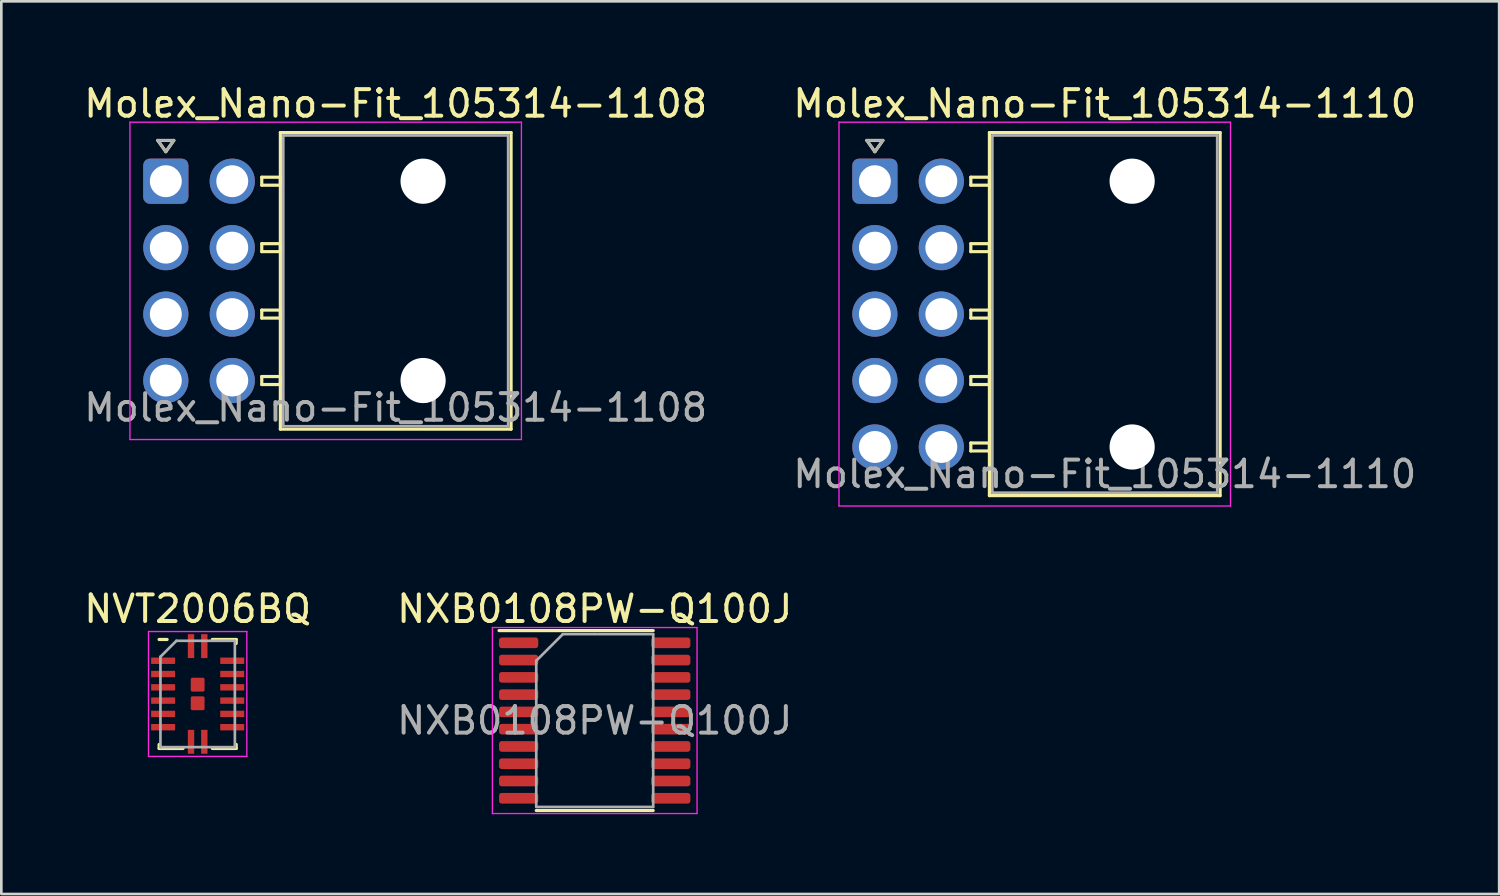
<source format=kicad_pcb>
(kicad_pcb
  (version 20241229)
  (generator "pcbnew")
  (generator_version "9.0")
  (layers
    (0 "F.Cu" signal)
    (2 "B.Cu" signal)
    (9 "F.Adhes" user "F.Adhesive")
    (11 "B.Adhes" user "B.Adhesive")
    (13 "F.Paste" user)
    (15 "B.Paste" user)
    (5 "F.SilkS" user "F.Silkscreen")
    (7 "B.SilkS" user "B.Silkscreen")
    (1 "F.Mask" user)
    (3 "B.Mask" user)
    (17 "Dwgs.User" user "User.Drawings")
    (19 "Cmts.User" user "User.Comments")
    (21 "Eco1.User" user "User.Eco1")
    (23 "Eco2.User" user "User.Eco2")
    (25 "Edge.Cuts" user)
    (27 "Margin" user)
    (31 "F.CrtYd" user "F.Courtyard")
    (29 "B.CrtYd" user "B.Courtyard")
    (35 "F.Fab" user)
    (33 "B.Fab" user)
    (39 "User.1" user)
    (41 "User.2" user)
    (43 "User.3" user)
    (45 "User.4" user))
  (footprint "NVT2006BQ"
    (layer "F.Cu")
    (at 4.387 23.061)
    (property "Reference" "NVT2006BQ" (at 0 -3.2 180) (layer "F.SilkS") (effects (font (size 1 1) (thickness 0.15))))
    (attr through_hole)
    (fp_rect (start -0.2 -0.55) (end 0.2 -0.15) (stroke (width 0.12) (type solid)) (fill yes) (layer "F.Cu"))
    (fp_rect (start -0.2 0.15) (end 0.2 0.55) (stroke (width 0.12) (type solid)) (fill yes) (layer "F.Cu"))
    (fp_rect (start -0.45 -0.95) (end 0.45 0.95) (stroke (width 0.12) (type solid)) (fill yes) (layer "F.Mask"))
    (fp_line (start -1.45 -2.05) (end -1.15 -2.05) (stroke (width 0.12) (type solid)) (layer "F.SilkS"))
    (fp_line (start -1.45 2.05) (end -1.45 1.9) (stroke (width 0.12) (type solid)) (layer "F.SilkS"))
    (fp_line (start -1.45 2.05) (end -0.55 2.05) (stroke (width 0.12) (type solid)) (layer "F.SilkS"))
    (fp_line (start 0.55 -2.05) (end 1.45 -2.05) (stroke (width 0.12) (type solid)) (layer "F.SilkS"))
    (fp_line (start 0.55 2.05) (end 1.45 2.05) (stroke (width 0.12) (type solid)) (layer "F.SilkS"))
    (fp_line (start 1.45 -1.9) (end 1.45 -2.05) (stroke (width 0.12) (type solid)) (layer "F.SilkS"))
    (fp_line (start 1.45 2.05) (end 1.45 1.9) (stroke (width 0.12) (type solid)) (layer "F.SilkS"))
    (fp_line (start -1.85 -2.35) (end 1.85 -2.35) (stroke (width 0.05) (type solid)) (layer "F.CrtYd"))
    (fp_line (start -1.85 2.35) (end -1.85 -2.35) (stroke (width 0.05) (type solid)) (layer "F.CrtYd"))
    (fp_line (start -1.85 2.35) (end 1.85 2.35) (stroke (width 0.05) (type solid)) (layer "F.CrtYd"))
    (fp_line (start 1.85 2.35) (end 1.85 -2.35) (stroke (width 0.05) (type solid)) (layer "F.CrtYd"))
    (fp_line (start -1.4 -1.4) (end -1.4 2) (stroke (width 0.1) (type solid)) (layer "F.Fab"))
    (fp_line (start -1.4 -1.4) (end -0.8 -2) (stroke (width 0.1) (type solid)) (layer "F.Fab"))
    (fp_line (start -0.8 -2) (end 1.4 -2) (stroke (width 0.1) (type solid)) (layer "F.Fab"))
    (fp_line (start 1.4 2) (end -1.4 2) (stroke (width 0.1) (type solid)) (layer "F.Fab"))
    (fp_line (start 1.4 2) (end 1.4 -2) (stroke (width 0.1) (type solid)) (layer "F.Fab"))
    (pad "1" smd rect (at -0.25 -1.8) (size 0.24 0.9) (layers "F.Cu" "F.Mask" "F.Paste"))
    (pad "2" smd rect (at -1.3 -1.25) (size 0.9 0.24) (layers "F.Cu" "F.Mask" "F.Paste"))
    (pad "3" smd rect (at -1.3 -0.75) (size 0.9 0.24) (layers "F.Cu" "F.Mask" "F.Paste"))
    (pad "4" smd rect (at -1.3 -0.25) (size 0.9 0.24) (layers "F.Cu" "F.Mask" "F.Paste"))
    (pad "5" smd rect (at -1.3 0.25) (size 0.9 0.24) (layers "F.Cu" "F.Mask" "F.Paste"))
    (pad "6" smd rect (at -1.3 0.75) (size 0.9 0.24) (layers "F.Cu" "F.Mask" "F.Paste"))
    (pad "7" smd rect (at -1.3 1.25) (size 0.9 0.24) (layers "F.Cu" "F.Mask" "F.Paste"))
    (pad "8" smd rect (at -0.25 1.8) (size 0.24 0.9) (layers "F.Cu" "F.Mask" "F.Paste"))
    (pad "9" smd rect (at 0.25 1.8) (size 0.24 0.9) (layers "F.Cu" "F.Mask" "F.Paste"))
    (pad "10" smd rect (at 1.3 1.25) (size 0.9 0.24) (layers "F.Cu" "F.Mask" "F.Paste"))
    (pad "11" smd rect (at 1.3 0.75) (size 0.9 0.24) (layers "F.Cu" "F.Mask" "F.Paste"))
    (pad "12" smd rect (at 1.3 0.25) (size 0.9 0.24) (layers "F.Cu" "F.Mask" "F.Paste"))
    (pad "13" smd rect (at 1.3 -0.25) (size 0.9 0.24) (layers "F.Cu" "F.Mask" "F.Paste"))
    (pad "14" smd rect (at 1.3 -0.75) (size 0.9 0.24) (layers "F.Cu" "F.Mask" "F.Paste"))
    (pad "15" smd rect (at 1.3 -1.25) (size 0.9 0.24) (layers "F.Cu" "F.Mask" "F.Paste"))
    (pad "16" smd rect (at 0.25 -1.8) (size 0.24 0.9) (layers "F.Cu" "F.Mask" "F.Paste")))
  (footprint "Molex_Nano-Fit_105314-1110"
    (layer "F.Cu")
    (at 29.868 3.768)
    (property "Reference" "Molex_Nano-Fit_105314-1110" (at 8.65 -2.92 0) (layer "F.SilkS") (effects (font (size 1 1) (thickness 0.15))))
    (attr through_hole)
    (fp_line (start -0.3 -1.534) (end 0 -1.11) (stroke (width 0.12) (type solid)) (layer "F.SilkS"))
    (fp_line (start 0 -1.11) (end 0.3 -1.534) (stroke (width 0.12) (type solid)) (layer "F.SilkS"))
    (fp_line (start 0.3 -1.534) (end -0.3 -1.534) (stroke (width 0.12) (type solid)) (layer "F.SilkS"))
    (fp_line (start 3.61 -0.15) (end 3.61 0.15) (stroke (width 0.12) (type solid)) (layer "F.SilkS"))
    (fp_line (start 3.61 0.15) (end 4.31 0.15) (stroke (width 0.12) (type solid)) (layer "F.SilkS"))
    (fp_line (start 3.61 2.35) (end 3.61 2.65) (stroke (width 0.12) (type solid)) (layer "F.SilkS"))
    (fp_line (start 3.61 2.65) (end 4.31 2.65) (stroke (width 0.12) (type solid)) (layer "F.SilkS"))
    (fp_line (start 3.61 4.85) (end 3.61 5.15) (stroke (width 0.12) (type solid)) (layer "F.SilkS"))
    (fp_line (start 3.61 5.15) (end 4.31 5.15) (stroke (width 0.12) (type solid)) (layer "F.SilkS"))
    (fp_line (start 3.61 7.35) (end 3.61 7.65) (stroke (width 0.12) (type solid)) (layer "F.SilkS"))
    (fp_line (start 3.61 7.65) (end 4.31 7.65) (stroke (width 0.12) (type solid)) (layer "F.SilkS"))
    (fp_line (start 3.61 9.85) (end 3.61 10.15) (stroke (width 0.12) (type solid)) (layer "F.SilkS"))
    (fp_line (start 3.61 10.15) (end 4.31 10.15) (stroke (width 0.12) (type solid)) (layer "F.SilkS"))
    (fp_line (start 4.31 -1.83) (end 4.31 11.83) (stroke (width 0.12) (type solid)) (layer "F.SilkS"))
    (fp_line (start 4.31 -0.15) (end 3.61 -0.15) (stroke (width 0.12) (type solid)) (layer "F.SilkS"))
    (fp_line (start 4.31 0.15) (end 4.31 -0.15) (stroke (width 0.12) (type solid)) (layer "F.SilkS"))
    (fp_line (start 4.31 2.35) (end 3.61 2.35) (stroke (width 0.12) (type solid)) (layer "F.SilkS"))
    (fp_line (start 4.31 2.65) (end 4.31 2.35) (stroke (width 0.12) (type solid)) (layer "F.SilkS"))
    (fp_line (start 4.31 4.85) (end 3.61 4.85) (stroke (width 0.12) (type solid)) (layer "F.SilkS"))
    (fp_line (start 4.31 5.15) (end 4.31 4.85) (stroke (width 0.12) (type solid)) (layer "F.SilkS"))
    (fp_line (start 4.31 7.35) (end 3.61 7.35) (stroke (width 0.12) (type solid)) (layer "F.SilkS"))
    (fp_line (start 4.31 7.65) (end 4.31 7.35) (stroke (width 0.12) (type solid)) (layer "F.SilkS"))
    (fp_line (start 4.31 9.85) (end 3.61 9.85) (stroke (width 0.12) (type solid)) (layer "F.SilkS"))
    (fp_line (start 4.31 10.15) (end 4.31 9.85) (stroke (width 0.12) (type solid)) (layer "F.SilkS"))
    (fp_line (start 4.31 11.83) (end 12.99 11.83) (stroke (width 0.12) (type solid)) (layer "F.SilkS"))
    (fp_line (start 12.99 -1.83) (end 4.31 -1.83) (stroke (width 0.12) (type solid)) (layer "F.SilkS"))
    (fp_line (start 12.99 11.83) (end 12.99 -1.83) (stroke (width 0.12) (type solid)) (layer "F.SilkS"))
    (fp_line (start -1.35 -2.22) (end -1.35 12.22) (stroke (width 0.05) (type solid)) (layer "F.CrtYd"))
    (fp_line (start -1.35 12.22) (end 13.38 12.22) (stroke (width 0.05) (type solid)) (layer "F.CrtYd"))
    (fp_line (start 13.38 -2.22) (end -1.35 -2.22) (stroke (width 0.05) (type solid)) (layer "F.CrtYd"))
    (fp_line (start 13.38 12.22) (end 13.38 -2.22) (stroke (width 0.05) (type solid)) (layer "F.CrtYd"))
    (fp_line (start -0.3 -1.534) (end 0 -1.11) (stroke (width 0.1) (type solid)) (layer "F.Fab"))
    (fp_line (start 0 -1.11) (end 0.3 -1.534) (stroke (width 0.1) (type solid)) (layer "F.Fab"))
    (fp_line (start 0.3 -1.534) (end -0.3 -1.534) (stroke (width 0.1) (type solid)) (layer "F.Fab"))
    (fp_line (start 4.42 -1.72) (end 4.42 11.72) (stroke (width 0.1) (type solid)) (layer "F.Fab"))
    (fp_line (start 4.42 11.72) (end 12.88 11.72) (stroke (width 0.1) (type solid)) (layer "F.Fab"))
    (fp_line (start 12.88 -1.72) (end 4.42 -1.72) (stroke (width 0.1) (type solid)) (layer "F.Fab"))
    (fp_line (start 12.88 11.72) (end 12.88 -1.72) (stroke (width 0.1) (type solid)) (layer "F.Fab"))
    (fp_text user "${REFERENCE}" (at 8.65 11.02 0) (layer "F.Fab") (effects (font (size 1 1) (thickness 0.15))))
    (pad "" np_thru_hole circle (at 9.68 0) (size 1.7 1.7) (drill 1.7) (layers "*.Cu" "*.Mask"))
    (pad "" np_thru_hole circle (at 9.68 10) (size 1.7 1.7) (drill 1.7) (layers "*.Cu" "*.Mask"))
    (pad "1" thru_hole roundrect (at 0 0) (size 1.7 1.7) (drill 1.2) (layers "*.Cu" "*.Mask") (roundrect_rratio 0.147))
    (pad "2" thru_hole circle (at 2.5 0) (size 1.7 1.7) (drill 1.2) (layers "*.Cu" "*.Mask"))
    (pad "3" thru_hole circle (at 0 2.5) (size 1.7 1.7) (drill 1.2) (layers "*.Cu" "*.Mask"))
    (pad "4" thru_hole circle (at 2.5 2.5) (size 1.7 1.7) (drill 1.2) (layers "*.Cu" "*.Mask"))
    (pad "5" thru_hole circle (at 0 5) (size 1.7 1.7) (drill 1.2) (layers "*.Cu" "*.Mask"))
    (pad "6" thru_hole circle (at 2.5 5) (size 1.7 1.7) (drill 1.2) (layers "*.Cu" "*.Mask"))
    (pad "7" thru_hole circle (at 0 7.5) (size 1.7 1.7) (drill 1.2) (layers "*.Cu" "*.Mask"))
    (pad "8" thru_hole circle (at 2.5 7.5) (size 1.7 1.7) (drill 1.2) (layers "*.Cu" "*.Mask"))
    (pad "9" thru_hole circle (at 0 10) (size 1.7 1.7) (drill 1.2) (layers "*.Cu" "*.Mask"))
    (pad "10" thru_hole circle (at 2.5 10) (size 1.7 1.7) (drill 1.2) (layers "*.Cu" "*.Mask")))
  (footprint "Molex_Nano-Fit_105314-1108"
    (layer "F.Cu")
    (at 3.189 3.768)
    (property "Reference" "Molex_Nano-Fit_105314-1108" (at 8.65 -2.92 0) (layer "F.SilkS") (effects (font (size 1 1) (thickness 0.15))))
    (attr through_hole)
    (fp_line (start -0.3 -1.534) (end 0 -1.11) (stroke (width 0.12) (type solid)) (layer "F.SilkS"))
    (fp_line (start 0 -1.11) (end 0.3 -1.534) (stroke (width 0.12) (type solid)) (layer "F.SilkS"))
    (fp_line (start 0.3 -1.534) (end -0.3 -1.534) (stroke (width 0.12) (type solid)) (layer "F.SilkS"))
    (fp_line (start 3.61 -0.15) (end 3.61 0.15) (stroke (width 0.12) (type solid)) (layer "F.SilkS"))
    (fp_line (start 3.61 0.15) (end 4.31 0.15) (stroke (width 0.12) (type solid)) (layer "F.SilkS"))
    (fp_line (start 3.61 2.35) (end 3.61 2.65) (stroke (width 0.12) (type solid)) (layer "F.SilkS"))
    (fp_line (start 3.61 2.65) (end 4.31 2.65) (stroke (width 0.12) (type solid)) (layer "F.SilkS"))
    (fp_line (start 3.61 4.85) (end 3.61 5.15) (stroke (width 0.12) (type solid)) (layer "F.SilkS"))
    (fp_line (start 3.61 5.15) (end 4.31 5.15) (stroke (width 0.12) (type solid)) (layer "F.SilkS"))
    (fp_line (start 3.61 7.35) (end 3.61 7.65) (stroke (width 0.12) (type solid)) (layer "F.SilkS"))
    (fp_line (start 3.61 7.65) (end 4.31 7.65) (stroke (width 0.12) (type solid)) (layer "F.SilkS"))
    (fp_line (start 4.31 -1.83) (end 4.31 9.33) (stroke (width 0.12) (type solid)) (layer "F.SilkS"))
    (fp_line (start 4.31 -0.15) (end 3.61 -0.15) (stroke (width 0.12) (type solid)) (layer "F.SilkS"))
    (fp_line (start 4.31 0.15) (end 4.31 -0.15) (stroke (width 0.12) (type solid)) (layer "F.SilkS"))
    (fp_line (start 4.31 2.35) (end 3.61 2.35) (stroke (width 0.12) (type solid)) (layer "F.SilkS"))
    (fp_line (start 4.31 2.65) (end 4.31 2.35) (stroke (width 0.12) (type solid)) (layer "F.SilkS"))
    (fp_line (start 4.31 4.85) (end 3.61 4.85) (stroke (width 0.12) (type solid)) (layer "F.SilkS"))
    (fp_line (start 4.31 5.15) (end 4.31 4.85) (stroke (width 0.12) (type solid)) (layer "F.SilkS"))
    (fp_line (start 4.31 7.35) (end 3.61 7.35) (stroke (width 0.12) (type solid)) (layer "F.SilkS"))
    (fp_line (start 4.31 7.65) (end 4.31 7.35) (stroke (width 0.12) (type solid)) (layer "F.SilkS"))
    (fp_line (start 4.31 9.33) (end 12.99 9.33) (stroke (width 0.12) (type solid)) (layer "F.SilkS"))
    (fp_line (start 12.99 -1.83) (end 4.31 -1.83) (stroke (width 0.12) (type solid)) (layer "F.SilkS"))
    (fp_line (start 12.99 9.33) (end 12.99 -1.83) (stroke (width 0.12) (type solid)) (layer "F.SilkS"))
    (fp_line (start -1.35 -2.22) (end -1.35 9.72) (stroke (width 0.05) (type solid)) (layer "F.CrtYd"))
    (fp_line (start -1.35 9.72) (end 13.38 9.72) (stroke (width 0.05) (type solid)) (layer "F.CrtYd"))
    (fp_line (start 13.38 -2.22) (end -1.35 -2.22) (stroke (width 0.05) (type solid)) (layer "F.CrtYd"))
    (fp_line (start 13.38 9.72) (end 13.38 -2.22) (stroke (width 0.05) (type solid)) (layer "F.CrtYd"))
    (fp_line (start -0.3 -1.534) (end 0 -1.11) (stroke (width 0.1) (type solid)) (layer "F.Fab"))
    (fp_line (start 0 -1.11) (end 0.3 -1.534) (stroke (width 0.1) (type solid)) (layer "F.Fab"))
    (fp_line (start 0.3 -1.534) (end -0.3 -1.534) (stroke (width 0.1) (type solid)) (layer "F.Fab"))
    (fp_line (start 4.42 -1.72) (end 4.42 9.22) (stroke (width 0.1) (type solid)) (layer "F.Fab"))
    (fp_line (start 4.42 9.22) (end 12.88 9.22) (stroke (width 0.1) (type solid)) (layer "F.Fab"))
    (fp_line (start 12.88 -1.72) (end 4.42 -1.72) (stroke (width 0.1) (type solid)) (layer "F.Fab"))
    (fp_line (start 12.88 9.22) (end 12.88 -1.72) (stroke (width 0.1) (type solid)) (layer "F.Fab"))
    (fp_text user "${REFERENCE}" (at 8.65 8.52 0) (layer "F.Fab") (effects (font (size 1 1) (thickness 0.15))))
    (pad "" np_thru_hole circle (at 9.68 0) (size 1.7 1.7) (drill 1.7) (layers "*.Cu" "*.Mask"))
    (pad "" np_thru_hole circle (at 9.68 7.5) (size 1.7 1.7) (drill 1.7) (layers "*.Cu" "*.Mask"))
    (pad "1" thru_hole roundrect (at 0 0) (size 1.7 1.7) (drill 1.2) (layers "*.Cu" "*.Mask") (roundrect_rratio 0.147))
    (pad "2" thru_hole circle (at 2.5 0) (size 1.7 1.7) (drill 1.2) (layers "*.Cu" "*.Mask"))
    (pad "3" thru_hole circle (at 0 2.5) (size 1.7 1.7) (drill 1.2) (layers "*.Cu" "*.Mask"))
    (pad "4" thru_hole circle (at 2.5 2.5) (size 1.7 1.7) (drill 1.2) (layers "*.Cu" "*.Mask"))
    (pad "5" thru_hole circle (at 0 5) (size 1.7 1.7) (drill 1.2) (layers "*.Cu" "*.Mask"))
    (pad "6" thru_hole circle (at 2.5 5) (size 1.7 1.7) (drill 1.2) (layers "*.Cu" "*.Mask"))
    (pad "7" thru_hole circle (at 0 7.5) (size 1.7 1.7) (drill 1.2) (layers "*.Cu" "*.Mask"))
    (pad "8" thru_hole circle (at 2.5 7.5) (size 1.7 1.7) (drill 1.2) (layers "*.Cu" "*.Mask")))
  (footprint "NXB0108PW-Q100J"
    (layer "F.Cu")
    (at 19.327 24.061)
    (property "Reference" "NXB0108PW-Q100J" (at 0 -4.2 0) (layer "F.SilkS") (effects (font (size 1 1) (thickness 0.15))))
    (attr smd)
    (fp_line (start 0 -3.385) (end -3.6 -3.385) (stroke (width 0.12) (type solid)) (layer "F.SilkS"))
    (fp_line (start 0 -3.385) (end 2.2 -3.385) (stroke (width 0.12) (type solid)) (layer "F.SilkS"))
    (fp_line (start 0 3.385) (end -2.2 3.385) (stroke (width 0.12) (type solid)) (layer "F.SilkS"))
    (fp_line (start 0 3.385) (end 2.2 3.385) (stroke (width 0.12) (type solid)) (layer "F.SilkS"))
    (fp_line (start -3.85 -3.5) (end -3.85 3.5) (stroke (width 0.05) (type solid)) (layer "F.CrtYd"))
    (fp_line (start -3.85 3.5) (end 3.85 3.5) (stroke (width 0.05) (type solid)) (layer "F.CrtYd"))
    (fp_line (start 3.85 -3.5) (end -3.85 -3.5) (stroke (width 0.05) (type solid)) (layer "F.CrtYd"))
    (fp_line (start 3.85 3.5) (end 3.85 -3.5) (stroke (width 0.05) (type solid)) (layer "F.CrtYd"))
    (fp_line (start -2.2 -2.25) (end -1.2 -3.25) (stroke (width 0.1) (type solid)) (layer "F.Fab"))
    (fp_line (start -2.2 3.25) (end -2.2 -2.25) (stroke (width 0.1) (type solid)) (layer "F.Fab"))
    (fp_line (start -1.2 -3.25) (end 2.2 -3.25) (stroke (width 0.1) (type solid)) (layer "F.Fab"))
    (fp_line (start 2.2 -3.25) (end 2.2 3.25) (stroke (width 0.1) (type solid)) (layer "F.Fab"))
    (fp_line (start 2.2 3.25) (end -2.2 3.25) (stroke (width 0.1) (type solid)) (layer "F.Fab"))
    (fp_text user "${REFERENCE}" (at 0 0 0) (layer "F.Fab") (effects (font (size 1 1) (thickness 0.15))))
    (pad "1" smd roundrect (at -2.862 -2.925) (size 1.475 0.4) (layers "F.Cu" "F.Mask" "F.Paste") (roundrect_rratio 0.25))
    (pad "2" smd roundrect (at -2.862 -2.275) (size 1.475 0.4) (layers "F.Cu" "F.Mask" "F.Paste") (roundrect_rratio 0.25))
    (pad "3" smd roundrect (at -2.862 -1.625) (size 1.475 0.4) (layers "F.Cu" "F.Mask" "F.Paste") (roundrect_rratio 0.25))
    (pad "4" smd roundrect (at -2.862 -0.975) (size 1.475 0.4) (layers "F.Cu" "F.Mask" "F.Paste") (roundrect_rratio 0.25))
    (pad "5" smd roundrect (at -2.862 -0.325) (size 1.475 0.4) (layers "F.Cu" "F.Mask" "F.Paste") (roundrect_rratio 0.25))
    (pad "6" smd roundrect (at -2.862 0.325) (size 1.475 0.4) (layers "F.Cu" "F.Mask" "F.Paste") (roundrect_rratio 0.25))
    (pad "7" smd roundrect (at -2.862 0.975) (size 1.475 0.4) (layers "F.Cu" "F.Mask" "F.Paste") (roundrect_rratio 0.25))
    (pad "8" smd roundrect (at -2.862 1.625) (size 1.475 0.4) (layers "F.Cu" "F.Mask" "F.Paste") (roundrect_rratio 0.25))
    (pad "9" smd roundrect (at -2.862 2.275) (size 1.475 0.4) (layers "F.Cu" "F.Mask" "F.Paste") (roundrect_rratio 0.25))
    (pad "10" smd roundrect (at -2.862 2.925) (size 1.475 0.4) (layers "F.Cu" "F.Mask" "F.Paste") (roundrect_rratio 0.25))
    (pad "11" smd roundrect (at 2.862 2.925) (size 1.475 0.4) (layers "F.Cu" "F.Mask" "F.Paste") (roundrect_rratio 0.25))
    (pad "12" smd roundrect (at 2.862 2.275) (size 1.475 0.4) (layers "F.Cu" "F.Mask" "F.Paste") (roundrect_rratio 0.25))
    (pad "13" smd roundrect (at 2.862 1.625) (size 1.475 0.4) (layers "F.Cu" "F.Mask" "F.Paste") (roundrect_rratio 0.25))
    (pad "14" smd roundrect (at 2.862 0.975) (size 1.475 0.4) (layers "F.Cu" "F.Mask" "F.Paste") (roundrect_rratio 0.25))
    (pad "15" smd roundrect (at 2.862 0.325) (size 1.475 0.4) (layers "F.Cu" "F.Mask" "F.Paste") (roundrect_rratio 0.25))
    (pad "16" smd roundrect (at 2.862 -0.325) (size 1.475 0.4) (layers "F.Cu" "F.Mask" "F.Paste") (roundrect_rratio 0.25))
    (pad "17" smd roundrect (at 2.862 -0.975) (size 1.475 0.4) (layers "F.Cu" "F.Mask" "F.Paste") (roundrect_rratio 0.25))
    (pad "18" smd roundrect (at 2.862 -1.625) (size 1.475 0.4) (layers "F.Cu" "F.Mask" "F.Paste") (roundrect_rratio 0.25))
    (pad "19" smd roundrect (at 2.862 -2.275) (size 1.475 0.4) (layers "F.Cu" "F.Mask" "F.Paste") (roundrect_rratio 0.25))
    (pad "20" smd roundrect (at 2.862 -2.925) (size 1.475 0.4) (layers "F.Cu" "F.Mask" "F.Paste") (roundrect_rratio 0.25)))
  (gr_rect
    (start -3 -3)
    (end 53.357 30.587)
    (stroke (width 0.1) (type default))
    (fill no)
    (layer "Edge.Cuts")))
</source>
